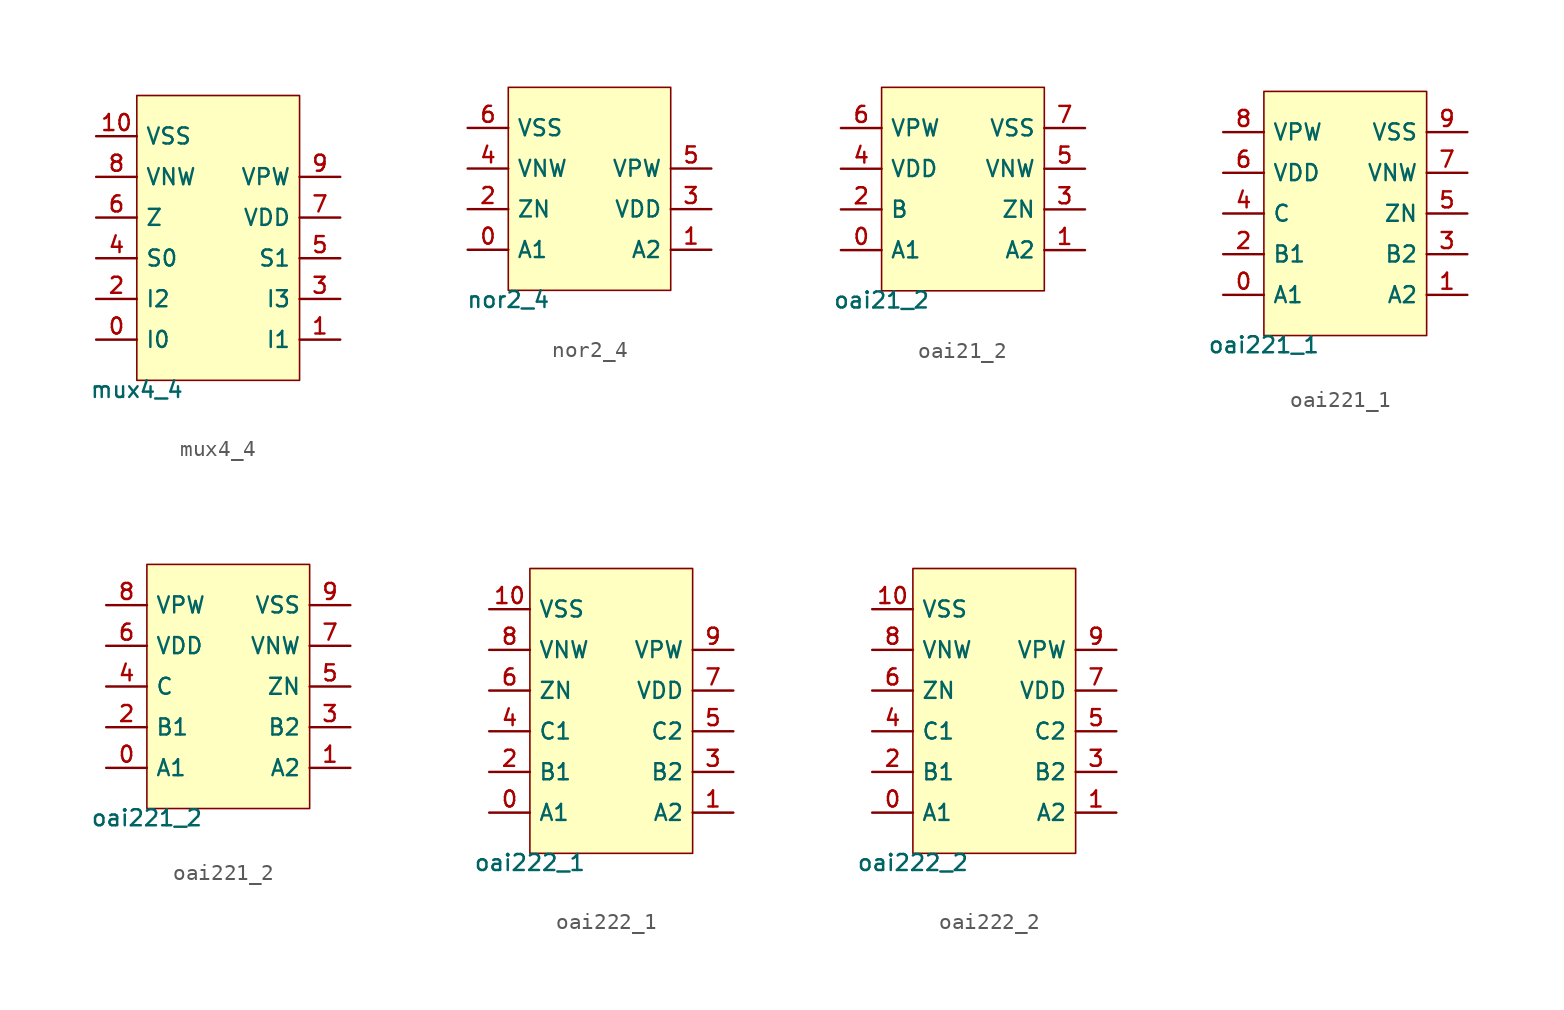
<source format=kicad_sym>
(kicad_symbol_lib
  (version 20211014)
  (generator pdk2kicad)
  (symbol "mux4_4"
    (property "Reference" "X"
      (at 0 0 0)
      (effects (font (size 1 1)) hide))
    (property "Value" "mux4_4"
      (at -5.08 -8.89 0)
      (effects (font (size 1 1)) (justify top)))
    (rectangle
      (start -5.08 -8.89)
      (end 5.08 8.89)
      (stroke (width 0.1) (type solid) (color 0 0 0 0))
      (fill (type background)))
    (pin bidirectional line
      (at -7.62 -6.35 0)
      (length 2.54)
      (name "I0" (effects (font (size 1 1)) hide))
      (number "0" (effects (font (size 1 1)) hide)))
    (pin bidirectional line
      (at 7.62 -6.35 180)
      (length 2.54)
      (name "I1" (effects (font (size 1 1)) hide))
      (number "1" (effects (font (size 1 1)) hide)))
    (pin bidirectional line
      (at -7.62 -3.81 0)
      (length 2.54)
      (name "I2" (effects (font (size 1 1)) hide))
      (number "2" (effects (font (size 1 1)) hide)))
    (pin bidirectional line
      (at 7.62 -3.81 180)
      (length 2.54)
      (name "I3" (effects (font (size 1 1)) hide))
      (number "3" (effects (font (size 1 1)) hide)))
    (pin bidirectional line
      (at -7.62 -1.27 0)
      (length 2.54)
      (name "S0" (effects (font (size 1 1)) hide))
      (number "4" (effects (font (size 1 1)) hide)))
    (pin bidirectional line
      (at 7.62 -1.27 180)
      (length 2.54)
      (name "S1" (effects (font (size 1 1)) hide))
      (number "5" (effects (font (size 1 1)) hide)))
    (pin bidirectional line
      (at -7.62 1.27 0)
      (length 2.54)
      (name "Z" (effects (font (size 1 1)) hide))
      (number "6" (effects (font (size 1 1)) hide)))
    (pin bidirectional line
      (at 7.62 1.27 180)
      (length 2.54)
      (name "VDD" (effects (font (size 1 1)) hide))
      (number "7" (effects (font (size 1 1)) hide)))
    (pin bidirectional line
      (at -7.62 3.81 0)
      (length 2.54)
      (name "VNW" (effects (font (size 1 1)) hide))
      (number "8" (effects (font (size 1 1)) hide)))
    (pin bidirectional line
      (at 7.62 3.81 180)
      (length 2.54)
      (name "VPW" (effects (font (size 1 1)) hide))
      (number "9" (effects (font (size 1 1)) hide)))
    (pin bidirectional line
      (at -7.62 6.35 0)
      (length 2.54)
      (name "VSS" (effects (font (size 1 1)) hide))
      (number "10" (effects (font (size 1 1)) hide))))
  (symbol "nor2_4"
    (property "Reference" "X"
      (at 0 0 0)
      (effects (font (size 1 1)) hide))
    (property "Value" "nor2_4"
      (at -5.08 -6.35 0)
      (effects (font (size 1 1)) (justify top)))
    (rectangle
      (start -5.08 -6.35)
      (end 5.08 6.35)
      (stroke (width 0.1) (type solid) (color 0 0 0 0))
      (fill (type background)))
    (pin bidirectional line
      (at -7.62 -3.81 0)
      (length 2.54)
      (name "A1" (effects (font (size 1 1)) hide))
      (number "0" (effects (font (size 1 1)) hide)))
    (pin bidirectional line
      (at 7.62 -3.81 180)
      (length 2.54)
      (name "A2" (effects (font (size 1 1)) hide))
      (number "1" (effects (font (size 1 1)) hide)))
    (pin bidirectional line
      (at -7.62 -1.27 0)
      (length 2.54)
      (name "ZN" (effects (font (size 1 1)) hide))
      (number "2" (effects (font (size 1 1)) hide)))
    (pin bidirectional line
      (at 7.62 -1.27 180)
      (length 2.54)
      (name "VDD" (effects (font (size 1 1)) hide))
      (number "3" (effects (font (size 1 1)) hide)))
    (pin bidirectional line
      (at -7.62 1.27 0)
      (length 2.54)
      (name "VNW" (effects (font (size 1 1)) hide))
      (number "4" (effects (font (size 1 1)) hide)))
    (pin bidirectional line
      (at 7.62 1.27 180)
      (length 2.54)
      (name "VPW" (effects (font (size 1 1)) hide))
      (number "5" (effects (font (size 1 1)) hide)))
    (pin bidirectional line
      (at -7.62 3.81 0)
      (length 2.54)
      (name "VSS" (effects (font (size 1 1)) hide))
      (number "6" (effects (font (size 1 1)) hide))))
  (symbol "oai21_2"
    (property "Reference" "X"
      (at 0 0 0)
      (effects (font (size 1 1)) hide))
    (property "Value" "oai21_2"
      (at -5.08 -6.35 0)
      (effects (font (size 1 1)) (justify top)))
    (rectangle
      (start -5.08 -6.35)
      (end 5.08 6.35)
      (stroke (width 0.1) (type solid) (color 0 0 0 0))
      (fill (type background)))
    (pin bidirectional line
      (at -7.62 -3.81 0)
      (length 2.54)
      (name "A1" (effects (font (size 1 1)) hide))
      (number "0" (effects (font (size 1 1)) hide)))
    (pin bidirectional line
      (at 7.62 -3.81 180)
      (length 2.54)
      (name "A2" (effects (font (size 1 1)) hide))
      (number "1" (effects (font (size 1 1)) hide)))
    (pin bidirectional line
      (at -7.62 -1.27 0)
      (length 2.54)
      (name "B" (effects (font (size 1 1)) hide))
      (number "2" (effects (font (size 1 1)) hide)))
    (pin bidirectional line
      (at 7.62 -1.27 180)
      (length 2.54)
      (name "ZN" (effects (font (size 1 1)) hide))
      (number "3" (effects (font (size 1 1)) hide)))
    (pin bidirectional line
      (at -7.62 1.27 0)
      (length 2.54)
      (name "VDD" (effects (font (size 1 1)) hide))
      (number "4" (effects (font (size 1 1)) hide)))
    (pin bidirectional line
      (at 7.62 1.27 180)
      (length 2.54)
      (name "VNW" (effects (font (size 1 1)) hide))
      (number "5" (effects (font (size 1 1)) hide)))
    (pin bidirectional line
      (at -7.62 3.81 0)
      (length 2.54)
      (name "VPW" (effects (font (size 1 1)) hide))
      (number "6" (effects (font (size 1 1)) hide)))
    (pin bidirectional line
      (at 7.62 3.81 180)
      (length 2.54)
      (name "VSS" (effects (font (size 1 1)) hide))
      (number "7" (effects (font (size 1 1)) hide))))
  (symbol "oai221_1"
    (property "Reference" "X"
      (at 0 0 0)
      (effects (font (size 1 1)) hide))
    (property "Value" "oai221_1"
      (at -5.08 -7.62 0)
      (effects (font (size 1 1)) (justify top)))
    (rectangle
      (start -5.08 -7.62)
      (end 5.08 7.62)
      (stroke (width 0.1) (type solid) (color 0 0 0 0))
      (fill (type background)))
    (pin bidirectional line
      (at -7.62 -5.08 0)
      (length 2.54)
      (name "A1" (effects (font (size 1 1)) hide))
      (number "0" (effects (font (size 1 1)) hide)))
    (pin bidirectional line
      (at 7.62 -5.08 180)
      (length 2.54)
      (name "A2" (effects (font (size 1 1)) hide))
      (number "1" (effects (font (size 1 1)) hide)))
    (pin bidirectional line
      (at -7.62 -2.54 0)
      (length 2.54)
      (name "B1" (effects (font (size 1 1)) hide))
      (number "2" (effects (font (size 1 1)) hide)))
    (pin bidirectional line
      (at 7.62 -2.54 180)
      (length 2.54)
      (name "B2" (effects (font (size 1 1)) hide))
      (number "3" (effects (font (size 1 1)) hide)))
    (pin bidirectional line
      (at -7.62 8.881784197001252e-16 0)
      (length 2.54)
      (name "C" (effects (font (size 1 1)) hide))
      (number "4" (effects (font (size 1 1)) hide)))
    (pin bidirectional line
      (at 7.62 8.881784197001252e-16 180)
      (length 2.54)
      (name "ZN" (effects (font (size 1 1)) hide))
      (number "5" (effects (font (size 1 1)) hide)))
    (pin bidirectional line
      (at -7.62 2.54 0)
      (length 2.54)
      (name "VDD" (effects (font (size 1 1)) hide))
      (number "6" (effects (font (size 1 1)) hide)))
    (pin bidirectional line
      (at 7.62 2.54 180)
      (length 2.54)
      (name "VNW" (effects (font (size 1 1)) hide))
      (number "7" (effects (font (size 1 1)) hide)))
    (pin bidirectional line
      (at -7.62 5.08 0)
      (length 2.54)
      (name "VPW" (effects (font (size 1 1)) hide))
      (number "8" (effects (font (size 1 1)) hide)))
    (pin bidirectional line
      (at 7.62 5.08 180)
      (length 2.54)
      (name "VSS" (effects (font (size 1 1)) hide))
      (number "9" (effects (font (size 1 1)) hide))))
  (symbol "oai221_2"
    (property "Reference" "X"
      (at 0 0 0)
      (effects (font (size 1 1)) hide))
    (property "Value" "oai221_2"
      (at -5.08 -7.62 0)
      (effects (font (size 1 1)) (justify top)))
    (rectangle
      (start -5.08 -7.62)
      (end 5.08 7.62)
      (stroke (width 0.1) (type solid) (color 0 0 0 0))
      (fill (type background)))
    (pin bidirectional line
      (at -7.62 -5.08 0)
      (length 2.54)
      (name "A1" (effects (font (size 1 1)) hide))
      (number "0" (effects (font (size 1 1)) hide)))
    (pin bidirectional line
      (at 7.62 -5.08 180)
      (length 2.54)
      (name "A2" (effects (font (size 1 1)) hide))
      (number "1" (effects (font (size 1 1)) hide)))
    (pin bidirectional line
      (at -7.62 -2.54 0)
      (length 2.54)
      (name "B1" (effects (font (size 1 1)) hide))
      (number "2" (effects (font (size 1 1)) hide)))
    (pin bidirectional line
      (at 7.62 -2.54 180)
      (length 2.54)
      (name "B2" (effects (font (size 1 1)) hide))
      (number "3" (effects (font (size 1 1)) hide)))
    (pin bidirectional line
      (at -7.62 8.881784197001252e-16 0)
      (length 2.54)
      (name "C" (effects (font (size 1 1)) hide))
      (number "4" (effects (font (size 1 1)) hide)))
    (pin bidirectional line
      (at 7.62 8.881784197001252e-16 180)
      (length 2.54)
      (name "ZN" (effects (font (size 1 1)) hide))
      (number "5" (effects (font (size 1 1)) hide)))
    (pin bidirectional line
      (at -7.62 2.54 0)
      (length 2.54)
      (name "VDD" (effects (font (size 1 1)) hide))
      (number "6" (effects (font (size 1 1)) hide)))
    (pin bidirectional line
      (at 7.62 2.54 180)
      (length 2.54)
      (name "VNW" (effects (font (size 1 1)) hide))
      (number "7" (effects (font (size 1 1)) hide)))
    (pin bidirectional line
      (at -7.62 5.08 0)
      (length 2.54)
      (name "VPW" (effects (font (size 1 1)) hide))
      (number "8" (effects (font (size 1 1)) hide)))
    (pin bidirectional line
      (at 7.62 5.08 180)
      (length 2.54)
      (name "VSS" (effects (font (size 1 1)) hide))
      (number "9" (effects (font (size 1 1)) hide))))
  (symbol "oai222_1"
    (property "Reference" "X"
      (at 0 0 0)
      (effects (font (size 1 1)) hide))
    (property "Value" "oai222_1"
      (at -5.08 -8.89 0)
      (effects (font (size 1 1)) (justify top)))
    (rectangle
      (start -5.08 -8.89)
      (end 5.08 8.89)
      (stroke (width 0.1) (type solid) (color 0 0 0 0))
      (fill (type background)))
    (pin bidirectional line
      (at -7.62 -6.35 0)
      (length 2.54)
      (name "A1" (effects (font (size 1 1)) hide))
      (number "0" (effects (font (size 1 1)) hide)))
    (pin bidirectional line
      (at 7.62 -6.35 180)
      (length 2.54)
      (name "A2" (effects (font (size 1 1)) hide))
      (number "1" (effects (font (size 1 1)) hide)))
    (pin bidirectional line
      (at -7.62 -3.81 0)
      (length 2.54)
      (name "B1" (effects (font (size 1 1)) hide))
      (number "2" (effects (font (size 1 1)) hide)))
    (pin bidirectional line
      (at 7.62 -3.81 180)
      (length 2.54)
      (name "B2" (effects (font (size 1 1)) hide))
      (number "3" (effects (font (size 1 1)) hide)))
    (pin bidirectional line
      (at -7.62 -1.27 0)
      (length 2.54)
      (name "C1" (effects (font (size 1 1)) hide))
      (number "4" (effects (font (size 1 1)) hide)))
    (pin bidirectional line
      (at 7.62 -1.27 180)
      (length 2.54)
      (name "C2" (effects (font (size 1 1)) hide))
      (number "5" (effects (font (size 1 1)) hide)))
    (pin bidirectional line
      (at -7.62 1.27 0)
      (length 2.54)
      (name "ZN" (effects (font (size 1 1)) hide))
      (number "6" (effects (font (size 1 1)) hide)))
    (pin bidirectional line
      (at 7.62 1.27 180)
      (length 2.54)
      (name "VDD" (effects (font (size 1 1)) hide))
      (number "7" (effects (font (size 1 1)) hide)))
    (pin bidirectional line
      (at -7.62 3.81 0)
      (length 2.54)
      (name "VNW" (effects (font (size 1 1)) hide))
      (number "8" (effects (font (size 1 1)) hide)))
    (pin bidirectional line
      (at 7.62 3.81 180)
      (length 2.54)
      (name "VPW" (effects (font (size 1 1)) hide))
      (number "9" (effects (font (size 1 1)) hide)))
    (pin bidirectional line
      (at -7.62 6.35 0)
      (length 2.54)
      (name "VSS" (effects (font (size 1 1)) hide))
      (number "10" (effects (font (size 1 1)) hide))))
  (symbol "oai222_2"
    (property "Reference" "X"
      (at 0 0 0)
      (effects (font (size 1 1)) hide))
    (property "Value" "oai222_2"
      (at -5.08 -8.89 0)
      (effects (font (size 1 1)) (justify top)))
    (rectangle
      (start -5.08 -8.89)
      (end 5.08 8.89)
      (stroke (width 0.1) (type solid) (color 0 0 0 0))
      (fill (type background)))
    (pin bidirectional line
      (at -7.62 -6.35 0)
      (length 2.54)
      (name "A1" (effects (font (size 1 1)) hide))
      (number "0" (effects (font (size 1 1)) hide)))
    (pin bidirectional line
      (at 7.62 -6.35 180)
      (length 2.54)
      (name "A2" (effects (font (size 1 1)) hide))
      (number "1" (effects (font (size 1 1)) hide)))
    (pin bidirectional line
      (at -7.62 -3.81 0)
      (length 2.54)
      (name "B1" (effects (font (size 1 1)) hide))
      (number "2" (effects (font (size 1 1)) hide)))
    (pin bidirectional line
      (at 7.62 -3.81 180)
      (length 2.54)
      (name "B2" (effects (font (size 1 1)) hide))
      (number "3" (effects (font (size 1 1)) hide)))
    (pin bidirectional line
      (at -7.62 -1.27 0)
      (length 2.54)
      (name "C1" (effects (font (size 1 1)) hide))
      (number "4" (effects (font (size 1 1)) hide)))
    (pin bidirectional line
      (at 7.62 -1.27 180)
      (length 2.54)
      (name "C2" (effects (font (size 1 1)) hide))
      (number "5" (effects (font (size 1 1)) hide)))
    (pin bidirectional line
      (at -7.62 1.27 0)
      (length 2.54)
      (name "ZN" (effects (font (size 1 1)) hide))
      (number "6" (effects (font (size 1 1)) hide)))
    (pin bidirectional line
      (at 7.62 1.27 180)
      (length 2.54)
      (name "VDD" (effects (font (size 1 1)) hide))
      (number "7" (effects (font (size 1 1)) hide)))
    (pin bidirectional line
      (at -7.62 3.81 0)
      (length 2.54)
      (name "VNW" (effects (font (size 1 1)) hide))
      (number "8" (effects (font (size 1 1)) hide)))
    (pin bidirectional line
      (at 7.62 3.81 180)
      (length 2.54)
      (name "VPW" (effects (font (size 1 1)) hide))
      (number "9" (effects (font (size 1 1)) hide)))
    (pin bidirectional line
      (at -7.62 6.35 0)
      (length 2.54)
      (name "VSS" (effects (font (size 1 1)) hide))
      (number "10" (effects (font (size 1 1)) hide)))))
</source>
